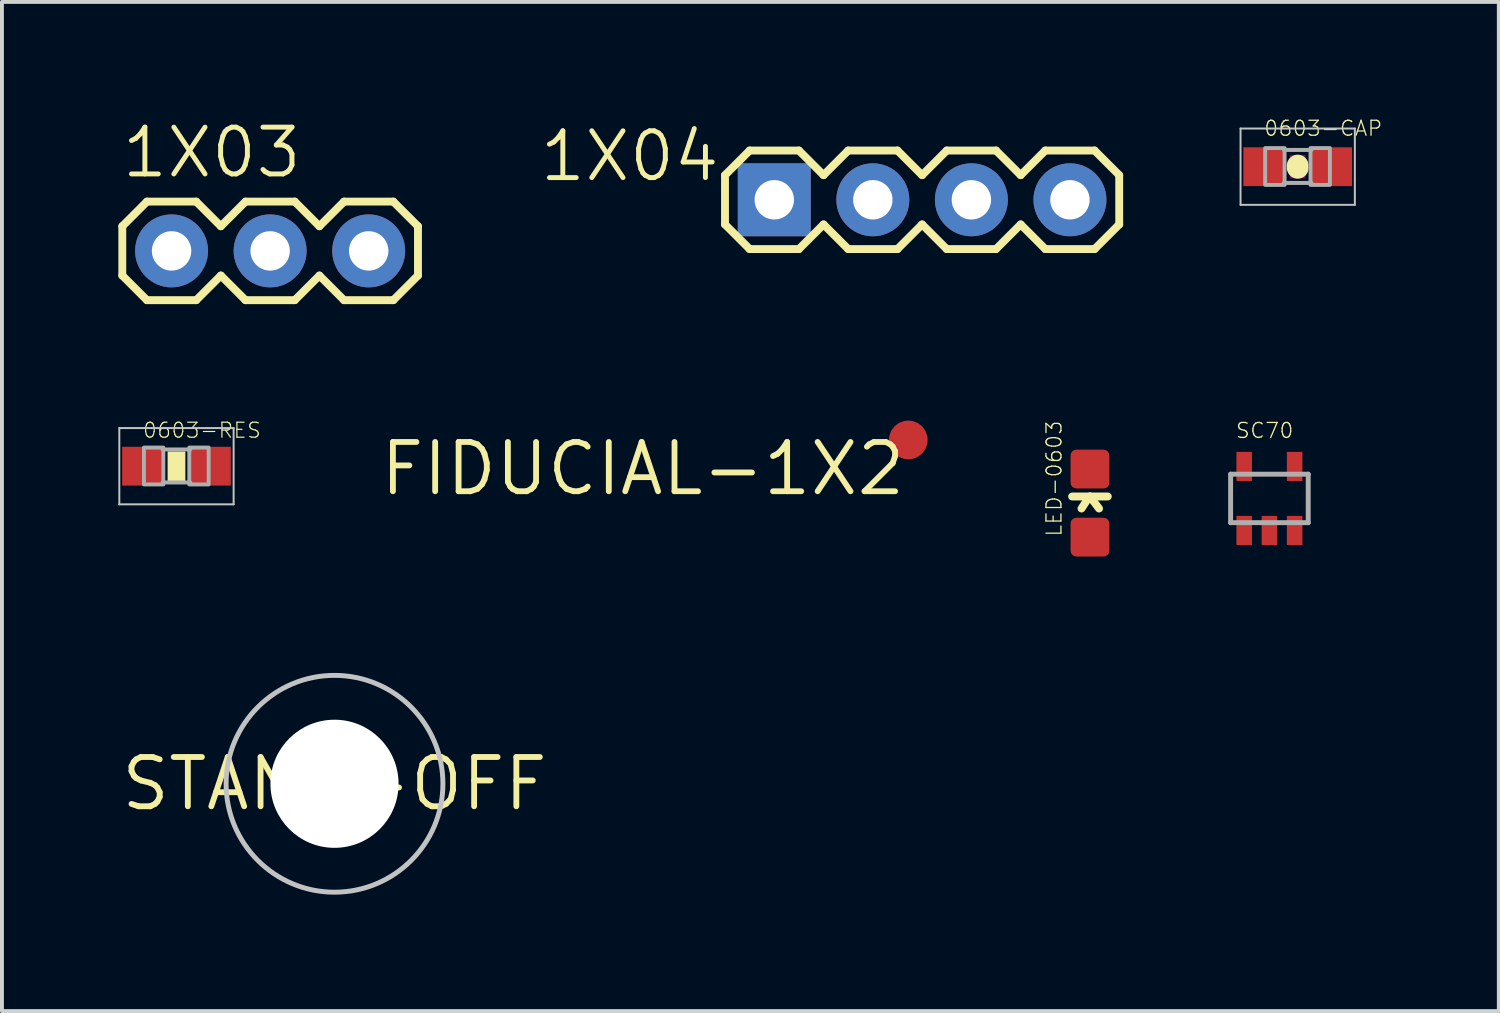
<source format=kicad_pcb>
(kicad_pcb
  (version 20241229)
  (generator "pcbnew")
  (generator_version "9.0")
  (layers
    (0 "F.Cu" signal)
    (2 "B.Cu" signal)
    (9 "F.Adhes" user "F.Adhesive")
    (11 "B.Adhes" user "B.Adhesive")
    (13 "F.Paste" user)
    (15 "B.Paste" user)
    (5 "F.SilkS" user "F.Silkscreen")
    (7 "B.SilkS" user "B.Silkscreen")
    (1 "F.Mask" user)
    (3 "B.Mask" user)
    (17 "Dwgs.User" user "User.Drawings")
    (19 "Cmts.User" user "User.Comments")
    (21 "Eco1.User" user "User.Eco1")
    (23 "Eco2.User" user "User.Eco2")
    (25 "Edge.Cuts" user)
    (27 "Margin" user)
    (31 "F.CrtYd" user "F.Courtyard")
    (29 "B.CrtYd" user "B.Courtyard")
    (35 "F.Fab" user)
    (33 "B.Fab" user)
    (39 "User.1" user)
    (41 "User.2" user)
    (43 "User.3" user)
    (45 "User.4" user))
  (footprint "0603-RES"
    (layer "F.Cu")
    (at 1.498 8.965)
    (property "Reference" "0603-RES" (at -0.889 -0.699 0) (layer "F.SilkS") (effects (font (size 0.386 0.386) (thickness 0.031)) (justify left bottom)))
    (attr through_hole)
    (fp_poly (pts (xy -0.229 0.381) (xy 0.229 0.381) (xy 0.229 -0.381) (xy -0.229 -0.381)) (stroke (width 0) (type solid)) (fill yes) (layer "F.SilkS"))
    (fp_poly (pts (xy -0.2 0.3) (xy 0.2 0.3) (xy 0.2 -0.3) (xy -0.2 -0.3)) (stroke (width 0) (type solid)) (fill yes) (layer "F.Adhes"))
    (fp_line (start -1.473 -0.983) (end 1.473 -0.983) (stroke (width 0.051) (type solid)) (layer "Dwgs.User"))
    (fp_line (start -1.473 0.983) (end -1.473 -0.983) (stroke (width 0.051) (type solid)) (layer "Dwgs.User"))
    (fp_line (start 1.473 -0.983) (end 1.473 0.983) (stroke (width 0.051) (type solid)) (layer "Dwgs.User"))
    (fp_line (start 1.473 0.983) (end -1.473 0.983) (stroke (width 0.051) (type solid)) (layer "Dwgs.User"))
    (fp_line (start -0.356 -0.432) (end 0.356 -0.432) (stroke (width 0.102) (type solid)) (layer "F.Fab"))
    (fp_line (start -0.356 0.419) (end 0.356 0.419) (stroke (width 0.102) (type solid)) (layer "F.Fab"))
    (fp_poly (pts (xy -0.838 0.47) (xy -0.338 0.47) (xy -0.338 -0.48) (xy -0.838 -0.48)) (stroke (width 0.1) (type solid)) (fill no) (layer "F.Fab"))
    (fp_poly (pts (xy 0.33 0.47) (xy 0.83 0.47) (xy 0.83 -0.48) (xy 0.33 -0.48)) (stroke (width 0.1) (type solid)) (fill no) (layer "F.Fab"))
    (pad "1" smd rect (at -0.85 0) (size 1.1 1) (layers "F.Cu" "F.Mask" "F.Paste"))
    (pad "2" smd rect (at 0.85 0) (size 1.1 1) (layers "F.Cu" "F.Mask" "F.Paste")))
  (footprint "SC70"
    (layer "F.Cu")
    (at 29.666 9.796)
    (property "Reference" "SC70" (at -0.889 -1.524 0) (layer "F.SilkS") (effects (font (size 0.386 0.386) (thickness 0.033)) (justify left bottom)))
    (attr through_hole)
    (fp_poly (pts (xy -0.85 -0.45) (xy -0.45 -0.45) (xy -0.45 -1.2) (xy -0.85 -1.2)) (stroke (width 0) (type solid)) (fill yes) (layer "F.Paste"))
    (fp_poly (pts (xy -0.838 1.168) (xy -0.508 1.168) (xy -0.508 0.483) (xy -0.838 0.483)) (stroke (width 0) (type solid)) (fill yes) (layer "F.Paste"))
    (fp_poly (pts (xy -0.165 1.168) (xy 0.165 1.168) (xy 0.165 0.483) (xy -0.165 0.483)) (stroke (width 0) (type solid)) (fill yes) (layer "F.Paste"))
    (fp_poly (pts (xy 0.45 -0.45) (xy 0.85 -0.45) (xy 0.85 -1.2) (xy 0.45 -1.2)) (stroke (width 0) (type solid)) (fill yes) (layer "F.Paste"))
    (fp_poly (pts (xy 0.508 1.168) (xy 0.838 1.168) (xy 0.838 0.483) (xy 0.508 0.483)) (stroke (width 0) (type solid)) (fill yes) (layer "F.Paste"))
    (fp_line (start -1 -0.625) (end 1 -0.625) (stroke (width 0.127) (type solid)) (layer "F.Fab"))
    (fp_line (start -1 0.625) (end -1 -0.625) (stroke (width 0.127) (type solid)) (layer "F.Fab"))
    (fp_line (start -1 0.625) (end 1 0.625) (stroke (width 0.127) (type solid)) (layer "F.Fab"))
    (fp_line (start 1 -0.625) (end 1 0.625) (stroke (width 0.127) (type solid)) (layer "F.Fab"))
    (pad "1" smd rect (at -0.65 0.825) (size 0.4 0.75) (layers "F.Cu" "F.Mask"))
    (pad "2" smd rect (at 0 0.825) (size 0.4 0.75) (layers "F.Cu" "F.Mask"))
    (pad "3" smd rect (at 0.65 0.825) (size 0.4 0.75) (layers "F.Cu" "F.Mask"))
    (pad "4" smd rect (at 0.65 -0.825) (size 0.4 0.75) (layers "F.Cu" "F.Mask"))
    (pad "5" smd rect (at -0.65 -0.825) (size 0.4 0.75) (layers "F.Cu" "F.Mask")))
  (footprint "FIDUCIAL-1X2"
    (layer "F.Cu")
    (at 20.359 8.288)
    (property "Reference" "FIDUCIAL-1X2" (at 0 0 0) (layer "F.SilkS") (effects (font (size 1.27 1.27) (thickness 0.15)) (justify right top)))
    (attr through_hole)
    (pad "1" smd roundrect (at 0 0) (size 1 1) (layers "F.Cu" "F.Mask") (roundrect_rratio 0.5)))
  (footprint "1X03"
    (layer "F.Cu")
    (at 1.372 3.416)
    (property "Reference" "1X03" (at -1.346 -1.829 0) (layer "F.SilkS") (effects (font (size 1.206 1.206) (thickness 0.127)) (justify left bottom)))
    (attr through_hole)
    (fp_line (start -1.27 -0.635) (end -1.27 0.635) (stroke (width 0.203) (type solid)) (layer "F.SilkS"))
    (fp_line (start -1.27 0.635) (end -0.635 1.27) (stroke (width 0.203) (type solid)) (layer "F.SilkS"))
    (fp_line (start -0.635 -1.27) (end -1.27 -0.635) (stroke (width 0.203) (type solid)) (layer "F.SilkS"))
    (fp_line (start -0.635 -1.27) (end 0.635 -1.27) (stroke (width 0.203) (type solid)) (layer "F.SilkS"))
    (fp_line (start 0.635 -1.27) (end 1.27 -0.635) (stroke (width 0.203) (type solid)) (layer "F.SilkS"))
    (fp_line (start 0.635 1.27) (end -0.635 1.27) (stroke (width 0.203) (type solid)) (layer "F.SilkS"))
    (fp_line (start 1.27 -0.635) (end 1.905 -1.27) (stroke (width 0.203) (type solid)) (layer "F.SilkS"))
    (fp_line (start 1.27 0.635) (end 0.635 1.27) (stroke (width 0.203) (type solid)) (layer "F.SilkS"))
    (fp_line (start 1.905 -1.27) (end 3.175 -1.27) (stroke (width 0.203) (type solid)) (layer "F.SilkS"))
    (fp_line (start 1.905 1.27) (end 1.27 0.635) (stroke (width 0.203) (type solid)) (layer "F.SilkS"))
    (fp_line (start 3.175 -1.27) (end 3.81 -0.635) (stroke (width 0.203) (type solid)) (layer "F.SilkS"))
    (fp_line (start 3.175 1.27) (end 1.905 1.27) (stroke (width 0.203) (type solid)) (layer "F.SilkS"))
    (fp_line (start 3.81 -0.635) (end 4.445 -1.27) (stroke (width 0.203) (type solid)) (layer "F.SilkS"))
    (fp_line (start 3.81 0.635) (end 3.175 1.27) (stroke (width 0.203) (type solid)) (layer "F.SilkS"))
    (fp_line (start 4.445 -1.27) (end 5.715 -1.27) (stroke (width 0.203) (type solid)) (layer "F.SilkS"))
    (fp_line (start 4.445 1.27) (end 3.81 0.635) (stroke (width 0.203) (type solid)) (layer "F.SilkS"))
    (fp_line (start 5.715 -1.27) (end 6.35 -0.635) (stroke (width 0.203) (type solid)) (layer "F.SilkS"))
    (fp_line (start 5.715 1.27) (end 4.445 1.27) (stroke (width 0.203) (type solid)) (layer "F.SilkS"))
    (fp_line (start 6.35 -0.635) (end 6.35 0.635) (stroke (width 0.203) (type solid)) (layer "F.SilkS"))
    (fp_line (start 6.35 0.635) (end 5.715 1.27) (stroke (width 0.203) (type solid)) (layer "F.SilkS"))
    (fp_poly (pts (xy -0.254 0.254) (xy 0.254 0.254) (xy 0.254 -0.254) (xy -0.254 -0.254)) (stroke (width 0.1) (type solid)) (fill no) (layer "F.Fab"))
    (fp_poly (pts (xy 2.286 0.254) (xy 2.794 0.254) (xy 2.794 -0.254) (xy 2.286 -0.254)) (stroke (width 0.1) (type solid)) (fill no) (layer "F.Fab"))
    (fp_poly (pts (xy 4.826 0.254) (xy 5.334 0.254) (xy 5.334 -0.254) (xy 4.826 -0.254)) (stroke (width 0.1) (type solid)) (fill no) (layer "F.Fab"))
    (pad "1" thru_hole circle (at 0 0 90) (size 1.88 1.88) (drill 1.016) (layers "*.Cu" "*.Mask"))
    (pad "2" thru_hole circle (at 2.54 0 90) (size 1.88 1.88) (drill 1.016) (layers "*.Cu" "*.Mask"))
    (pad "3" thru_hole circle (at 5.08 0 90) (size 1.88 1.88) (drill 1.016) (layers "*.Cu" "*.Mask")))
  (footprint "1X04"
    (layer "F.Cu")
    (at 16.905 2.099)
    (property "Reference" "1X04" (at -1.346 -1.829 0) (layer "F.SilkS") (effects (font (size 1.206 1.206) (thickness 0.127)) (justify right top)))
    (attr through_hole)
    (fp_line (start -1.27 -0.635) (end -1.27 0.635) (stroke (width 0.203) (type solid)) (layer "F.SilkS"))
    (fp_line (start -1.27 0.635) (end -0.635 1.27) (stroke (width 0.203) (type solid)) (layer "F.SilkS"))
    (fp_line (start -0.635 -1.27) (end -1.27 -0.635) (stroke (width 0.203) (type solid)) (layer "F.SilkS"))
    (fp_line (start -0.635 -1.27) (end 0.635 -1.27) (stroke (width 0.203) (type solid)) (layer "F.SilkS"))
    (fp_line (start 0.635 -1.27) (end 1.27 -0.635) (stroke (width 0.203) (type solid)) (layer "F.SilkS"))
    (fp_line (start 0.635 1.27) (end -0.635 1.27) (stroke (width 0.203) (type solid)) (layer "F.SilkS"))
    (fp_line (start 1.27 -0.635) (end 1.905 -1.27) (stroke (width 0.203) (type solid)) (layer "F.SilkS"))
    (fp_line (start 1.27 0.635) (end 0.635 1.27) (stroke (width 0.203) (type solid)) (layer "F.SilkS"))
    (fp_line (start 1.905 -1.27) (end 3.175 -1.27) (stroke (width 0.203) (type solid)) (layer "F.SilkS"))
    (fp_line (start 1.905 1.27) (end 1.27 0.635) (stroke (width 0.203) (type solid)) (layer "F.SilkS"))
    (fp_line (start 3.175 -1.27) (end 3.81 -0.635) (stroke (width 0.203) (type solid)) (layer "F.SilkS"))
    (fp_line (start 3.175 1.27) (end 1.905 1.27) (stroke (width 0.203) (type solid)) (layer "F.SilkS"))
    (fp_line (start 3.81 -0.635) (end 4.445 -1.27) (stroke (width 0.203) (type solid)) (layer "F.SilkS"))
    (fp_line (start 3.81 0.635) (end 3.175 1.27) (stroke (width 0.203) (type solid)) (layer "F.SilkS"))
    (fp_line (start 4.445 -1.27) (end 5.715 -1.27) (stroke (width 0.203) (type solid)) (layer "F.SilkS"))
    (fp_line (start 4.445 1.27) (end 3.81 0.635) (stroke (width 0.203) (type solid)) (layer "F.SilkS"))
    (fp_line (start 5.715 -1.27) (end 6.35 -0.635) (stroke (width 0.203) (type solid)) (layer "F.SilkS"))
    (fp_line (start 5.715 1.27) (end 4.445 1.27) (stroke (width 0.203) (type solid)) (layer "F.SilkS"))
    (fp_line (start 6.35 0.635) (end 5.715 1.27) (stroke (width 0.203) (type solid)) (layer "F.SilkS"))
    (fp_line (start 6.35 0.635) (end 6.985 1.27) (stroke (width 0.203) (type solid)) (layer "F.SilkS"))
    (fp_line (start 6.985 -1.27) (end 6.35 -0.635) (stroke (width 0.203) (type solid)) (layer "F.SilkS"))
    (fp_line (start 6.985 -1.27) (end 8.255 -1.27) (stroke (width 0.203) (type solid)) (layer "F.SilkS"))
    (fp_line (start 8.255 -1.27) (end 8.89 -0.635) (stroke (width 0.203) (type solid)) (layer "F.SilkS"))
    (fp_line (start 8.255 1.27) (end 6.985 1.27) (stroke (width 0.203) (type solid)) (layer "F.SilkS"))
    (fp_line (start 8.89 -0.635) (end 8.89 0.635) (stroke (width 0.203) (type solid)) (layer "F.SilkS"))
    (fp_line (start 8.89 0.635) (end 8.255 1.27) (stroke (width 0.203) (type solid)) (layer "F.SilkS"))
    (fp_poly (pts (xy -0.254 0.254) (xy 0.254 0.254) (xy 0.254 -0.254) (xy -0.254 -0.254)) (stroke (width 0.1) (type solid)) (fill no) (layer "F.Fab"))
    (fp_poly (pts (xy 2.286 0.254) (xy 2.794 0.254) (xy 2.794 -0.254) (xy 2.286 -0.254)) (stroke (width 0.1) (type solid)) (fill no) (layer "F.Fab"))
    (fp_poly (pts (xy 4.826 0.254) (xy 5.334 0.254) (xy 5.334 -0.254) (xy 4.826 -0.254)) (stroke (width 0.1) (type solid)) (fill no) (layer "F.Fab"))
    (fp_poly (pts (xy 7.366 0.254) (xy 7.874 0.254) (xy 7.874 -0.254) (xy 7.366 -0.254)) (stroke (width 0.1) (type solid)) (fill no) (layer "F.Fab"))
    (pad "1" thru_hole rect (at 0 0 90) (size 1.88 1.88) (drill 1.016) (layers "*.Cu" "*.Mask"))
    (pad "2" thru_hole circle (at 2.54 0 90) (size 1.88 1.88) (drill 1.016) (layers "*.Cu" "*.Mask"))
    (pad "3" thru_hole circle (at 5.08 0 90) (size 1.88 1.88) (drill 1.016) (layers "*.Cu" "*.Mask"))
    (pad "4" thru_hole circle (at 7.62 0 90) (size 1.88 1.88) (drill 1.016) (layers "*.Cu" "*.Mask")))
  (footprint "STAND-OFF"
    (layer "F.Cu")
    (at 5.571 17.15)
    (property "Reference" "STAND-OFF" (at 0 0 0) (layer "F.SilkS") (effects (font (size 1.27 1.27) (thickness 0.15))))
    (attr through_hole)
    (fp_circle (center 0 0) (end 2.794 0) (stroke (width 0.127) (type solid)) (fill no) (layer "Dwgs.User"))
    (pad "" np_thru_hole circle (at 0 0) (size 3.302 3.302) (drill 3.302) (layers "*.Cu" "*.Mask")))
  (footprint "LED-0603"
    (layer "F.Cu")
    (at 25.041 9.916)
    (property "Reference" "LED-0603" (at -0.699 0.889 90) (layer "F.SilkS") (effects (font (size 0.386 0.386) (thickness 0.033)) (justify left bottom)))
    (attr through_hole)
    (fp_line (start -0.46 -0.17) (end 0 -0.17) (stroke (width 0.203) (type solid)) (layer "F.SilkS"))
    (fp_line (start -0.025 -0.155) (end -0.218 0.14) (stroke (width 0.203) (type solid)) (layer "F.SilkS"))
    (fp_line (start 0 -0.17) (end 0.234 0.14) (stroke (width 0.203) (type solid)) (layer "F.SilkS"))
    (fp_line (start 0.46 -0.17) (end 0 -0.17) (stroke (width 0.203) (type solid)) (layer "F.SilkS"))
    (pad "A" smd roundrect (at 0 0.877) (size 1 1) (layers "F.Cu" "F.Mask" "F.Paste") (roundrect_rratio 0.15))
    (pad "C" smd roundrect (at 0 -0.877) (size 1 1) (layers "F.Cu" "F.Mask" "F.Paste") (roundrect_rratio 0.15)))
  (footprint "0603-CAP"
    (layer "F.Cu")
    (at 30.395 1.246)
    (property "Reference" "0603-CAP" (at -0.889 -0.762 0) (layer "F.SilkS") (effects (font (size 0.386 0.386) (thickness 0.033)) (justify left bottom)))
    (attr through_hole)
    (fp_line (start 0 -0.03) (end 0 0.03) (stroke (width 0.559) (type solid)) (layer "F.SilkS"))
    (fp_poly (pts (xy -0.2 0.3) (xy 0.2 0.3) (xy 0.2 -0.3) (xy -0.2 -0.3)) (stroke (width 0) (type solid)) (fill yes) (layer "F.Adhes"))
    (fp_line (start -1.473 -0.983) (end 1.473 -0.983) (stroke (width 0.051) (type solid)) (layer "Dwgs.User"))
    (fp_line (start -1.473 0.983) (end -1.473 -0.983) (stroke (width 0.051) (type solid)) (layer "Dwgs.User"))
    (fp_line (start 1.473 -0.983) (end 1.473 0.983) (stroke (width 0.051) (type solid)) (layer "Dwgs.User"))
    (fp_line (start 1.473 0.983) (end -1.473 0.983) (stroke (width 0.051) (type solid)) (layer "Dwgs.User"))
    (fp_line (start -0.356 -0.432) (end 0.356 -0.432) (stroke (width 0.102) (type solid)) (layer "F.Fab"))
    (fp_line (start -0.356 0.419) (end 0.356 0.419) (stroke (width 0.102) (type solid)) (layer "F.Fab"))
    (fp_poly (pts (xy -0.838 0.47) (xy -0.338 0.47) (xy -0.338 -0.48) (xy -0.838 -0.48)) (stroke (width 0.1) (type solid)) (fill no) (layer "F.Fab"))
    (fp_poly (pts (xy 0.33 0.47) (xy 0.83 0.47) (xy 0.83 -0.48) (xy 0.33 -0.48)) (stroke (width 0.1) (type solid)) (fill no) (layer "F.Fab"))
    (pad "1" smd rect (at -0.85 0) (size 1.1 1) (layers "F.Cu" "F.Mask" "F.Paste"))
    (pad "2" smd rect (at 0.85 0) (size 1.1 1) (layers "F.Cu" "F.Mask" "F.Paste")))
  (gr_rect
    (start -3 -3)
    (end 35.578 23.008)
    (stroke (width 0.1) (type default))
    (fill no)
    (layer "Edge.Cuts")))
</source>
